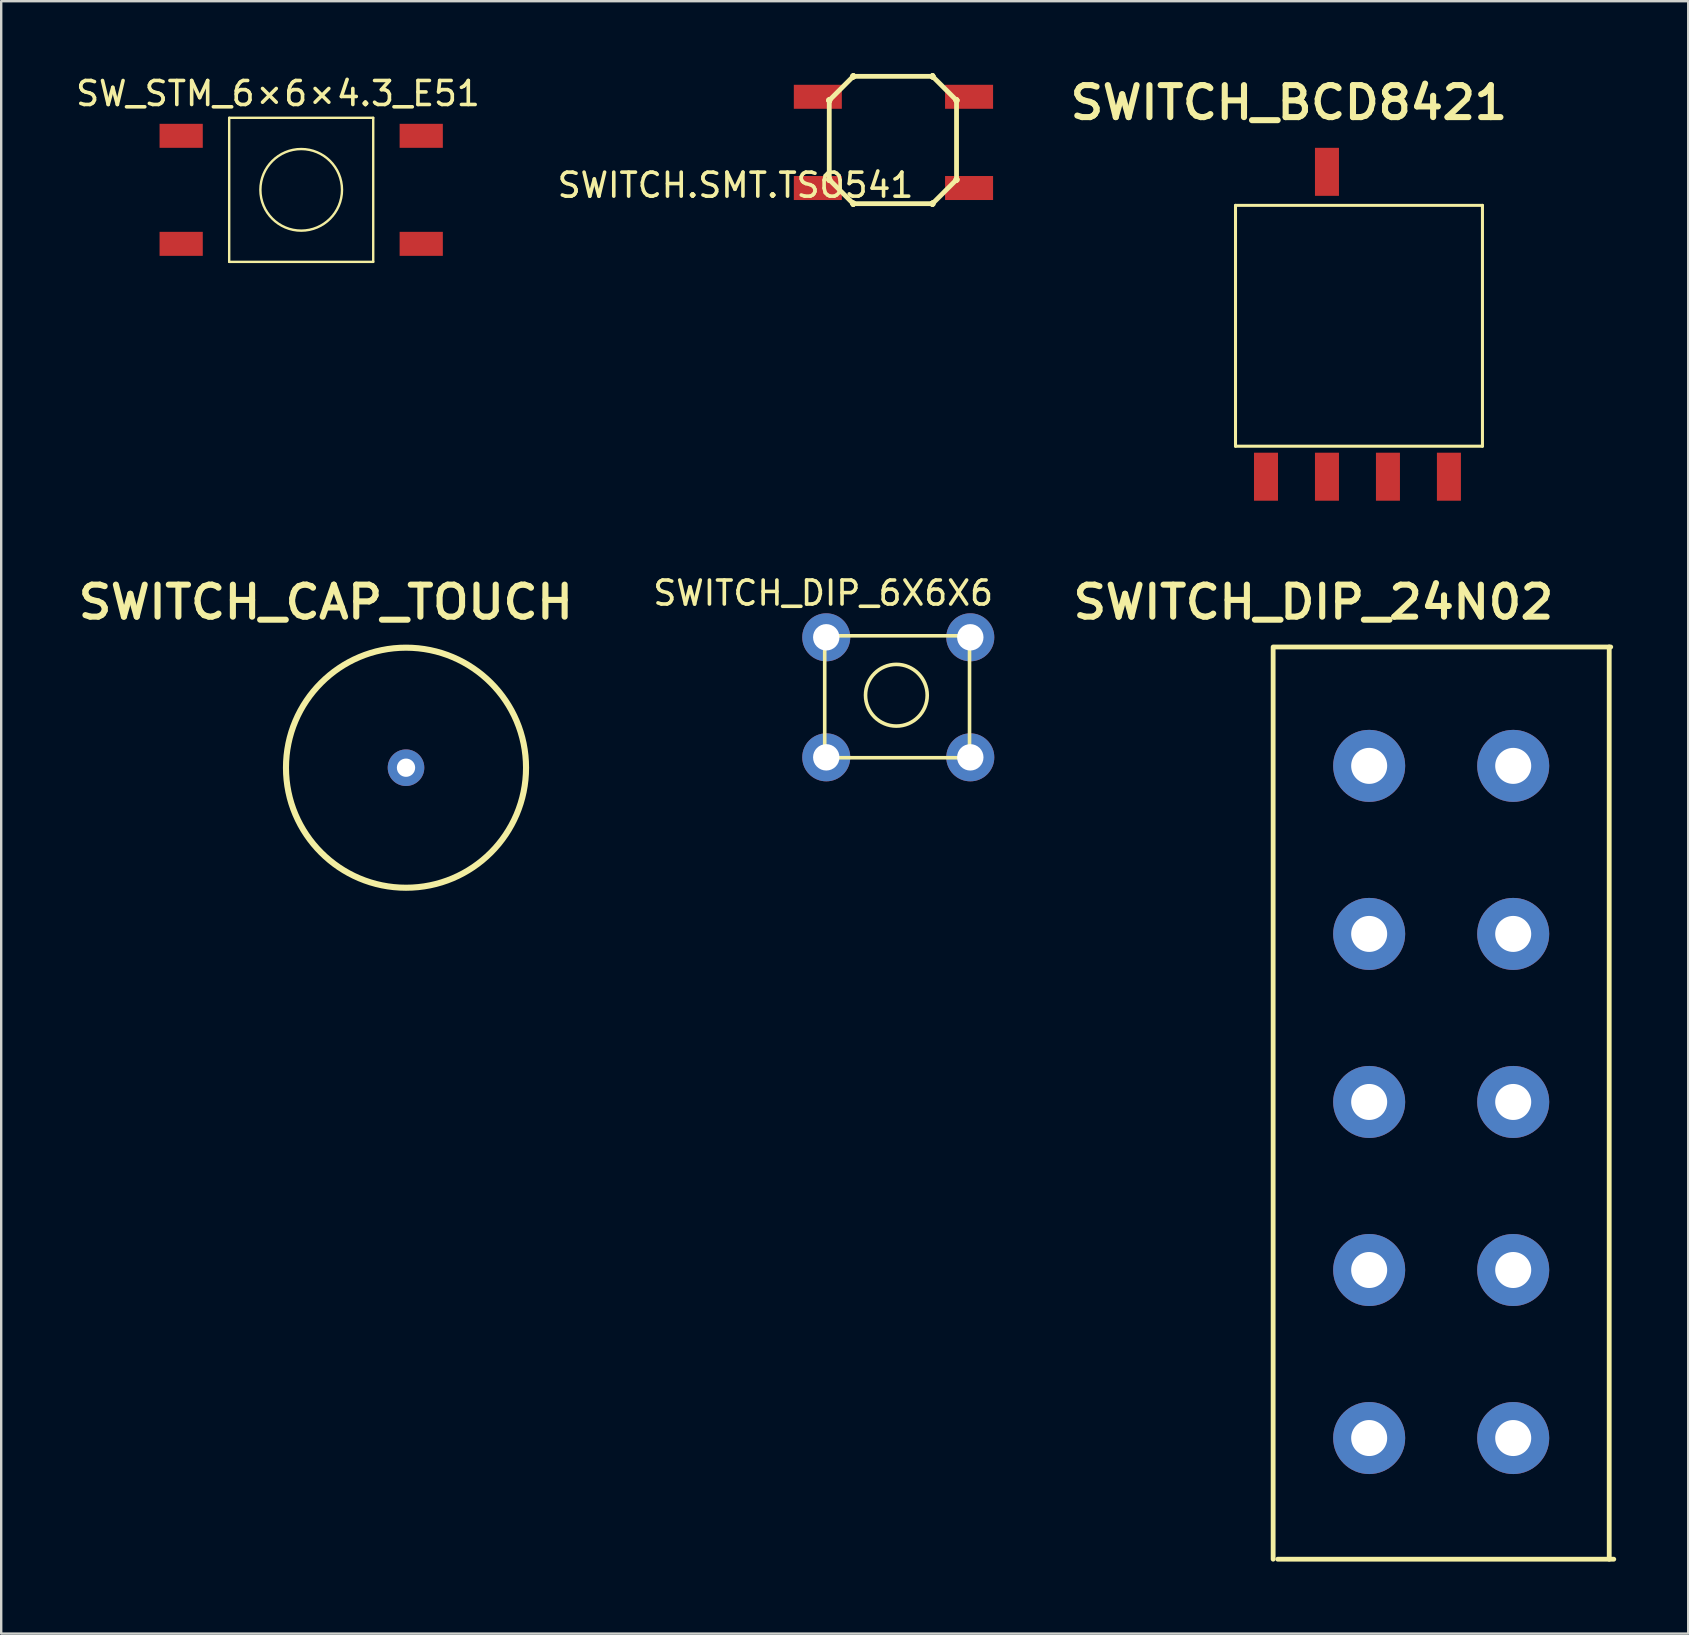
<source format=kicad_pcb>
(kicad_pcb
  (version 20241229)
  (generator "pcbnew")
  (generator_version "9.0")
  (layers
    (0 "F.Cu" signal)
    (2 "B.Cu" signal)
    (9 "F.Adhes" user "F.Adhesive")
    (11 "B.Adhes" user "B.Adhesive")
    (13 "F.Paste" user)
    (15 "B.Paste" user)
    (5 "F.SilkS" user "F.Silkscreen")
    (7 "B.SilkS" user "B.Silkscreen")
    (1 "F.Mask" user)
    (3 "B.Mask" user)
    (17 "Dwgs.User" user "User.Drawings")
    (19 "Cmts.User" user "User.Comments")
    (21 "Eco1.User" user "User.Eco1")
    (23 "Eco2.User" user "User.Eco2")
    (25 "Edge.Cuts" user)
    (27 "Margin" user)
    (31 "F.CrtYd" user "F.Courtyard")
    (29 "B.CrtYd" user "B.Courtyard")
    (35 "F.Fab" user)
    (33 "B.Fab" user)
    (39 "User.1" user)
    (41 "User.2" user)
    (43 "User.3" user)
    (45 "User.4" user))
  (footprint "SWITCH_DIP_24N02"
    (layer "F.Cu")
    (at 56.779 42.748)
    (property "Reference" "SWITCH_DIP_24N02" (at -5.118 -20.714 0) (unlocked yes) (layer "F.SilkS") (effects (font (size 1.333 1.402) (thickness 0.254))))
    (attr smd)
    (fp_line (start -6.794 19.153) (end -6.794 -18.847) (stroke (width 0.2) (type solid)) (layer "F.SilkS"))
    (fp_line (start -6.731 -18.847) (end 7.269 -18.847) (stroke (width 0.2) (type solid)) (layer "F.SilkS"))
    (fp_line (start -6.604 19.153) (end 7.396 19.153) (stroke (width 0.2) (type solid)) (layer "F.SilkS"))
    (fp_line (start 7.206 19.153) (end 7.206 -18.847) (stroke (width 0.2) (type solid)) (layer "F.SilkS"))
    (pad "1" thru_hole circle (at -2.794 -13.894 90) (size 3 3) (drill 1.5) (layers "*.Cu" "*.Mask"))
    (pad "2" thru_hole circle (at 3.206 -13.894 90) (size 3 3) (drill 1.5) (layers "*.Cu" "*.Mask"))
    (pad "3" thru_hole circle (at -2.794 -6.894 90) (size 3 3) (drill 1.5) (layers "*.Cu" "*.Mask"))
    (pad "4" thru_hole circle (at 3.206 -6.894 90) (size 3 3) (drill 1.5) (layers "*.Cu" "*.Mask"))
    (pad "5" thru_hole circle (at -2.794 0.106 90) (size 3 3) (drill 1.5) (layers "*.Cu" "*.Mask"))
    (pad "6" thru_hole circle (at 3.206 0.106 90) (size 3 3) (drill 1.5) (layers "*.Cu" "*.Mask"))
    (pad "7" thru_hole circle (at -2.794 7.106 90) (size 3 3) (drill 1.5) (layers "*.Cu" "*.Mask"))
    (pad "8" thru_hole circle (at 3.206 7.106 90) (size 3 3) (drill 1.5) (layers "*.Cu" "*.Mask"))
    (pad "9" thru_hole circle (at -2.794 14.106 90) (size 3 3) (drill 1.5) (layers "*.Cu" "*.Mask"))
    (pad "10" thru_hole circle (at 3.206 14.106 90) (size 3 3) (drill 1.5) (layers "*.Cu" "*.Mask")))
  (footprint "SWITCH.SMT.TSO541"
    (layer "F.Cu")
    (at 31.018 0.982)
    (property "Reference" "SWITCH.SMT.TSO541" (at -3.429 3.683 0) (layer "F.SilkS") (effects (font (size 1 1) (thickness 0.15))))
    (attr through_hole)
    (fp_line (start 0.476 0.15) (end 1.476 -0.851) (stroke (width 0.2) (type solid)) (layer "F.SilkS"))
    (fp_line (start 0.476 3.451) (end 0.476 0.15) (stroke (width 0.2) (type solid)) (layer "F.SilkS"))
    (fp_line (start 1.476 4.451) (end 0.476 3.451) (stroke (width 0.2) (type solid)) (layer "F.SilkS"))
    (fp_line (start 4.777 -0.851) (end 1.476 -0.851) (stroke (width 0.2) (type solid)) (layer "F.SilkS"))
    (fp_line (start 4.777 4.451) (end 1.476 4.451) (stroke (width 0.2) (type solid)) (layer "F.SilkS"))
    (fp_line (start 4.777 4.451) (end 5.778 3.451) (stroke (width 0.2) (type solid)) (layer "F.SilkS"))
    (fp_line (start 5.778 0.15) (end 4.777 -0.851) (stroke (width 0.2) (type solid)) (layer "F.SilkS"))
    (fp_line (start 5.778 3.451) (end 5.778 0.15) (stroke (width 0.2) (type solid)) (layer "F.SilkS"))
    (fp_arc (start 0.475735 0.117934) (mid 0.507497 0.149696) (end 0.475735 0.181458) (stroke (width 0.2) (type solid)) (layer "F.SilkS"))
    (fp_arc (start 0.475735 0.117934) (mid 0.507497 0.149696) (end 0.475735 0.181458) (stroke (width 0.2) (type solid)) (layer "F.SilkS"))
    (fp_arc (start 0.475735 0.181459) (mid 0.443972 0.149696) (end 0.475735 0.117933) (stroke (width 0.2) (type solid)) (layer "F.SilkS"))
    (fp_arc (start 0.475735 0.181459) (mid 0.443972 0.149696) (end 0.475735 0.117933) (stroke (width 0.2) (type solid)) (layer "F.SilkS"))
    (fp_arc (start 0.475735 3.419233) (mid 0.507498 3.450996) (end 0.475735 3.482759) (stroke (width 0.2) (type solid)) (layer "F.SilkS"))
    (fp_arc (start 0.475735 3.419233) (mid 0.507498 3.450996) (end 0.475735 3.482759) (stroke (width 0.2) (type solid)) (layer "F.SilkS"))
    (fp_arc (start 0.475735 3.482758) (mid 0.443973 3.450996) (end 0.475735 3.419234) (stroke (width 0.2) (type solid)) (layer "F.SilkS"))
    (fp_arc (start 0.475735 3.482758) (mid 0.443973 3.450996) (end 0.475735 3.419234) (stroke (width 0.2) (type solid)) (layer "F.SilkS"))
    (fp_arc (start 1.476129 -0.88246) (mid 1.507891 -0.850698) (end 1.476129 -0.818936) (stroke (width 0.2) (type solid)) (layer "F.SilkS"))
    (fp_arc (start 1.476129 -0.88246) (mid 1.507891 -0.850698) (end 1.476129 -0.818936) (stroke (width 0.2) (type solid)) (layer "F.SilkS"))
    (fp_arc (start 1.476129 -0.818935) (mid 1.444366 -0.850698) (end 1.476129 -0.882461) (stroke (width 0.2) (type solid)) (layer "F.SilkS"))
    (fp_arc (start 1.476129 -0.818935) (mid 1.444366 -0.850698) (end 1.476129 -0.882461) (stroke (width 0.2) (type solid)) (layer "F.SilkS"))
    (fp_arc (start 1.476129 4.419627) (mid 1.507892 4.45139) (end 1.476129 4.483153) (stroke (width 0.2) (type solid)) (layer "F.SilkS"))
    (fp_arc (start 1.476129 4.419627) (mid 1.507892 4.45139) (end 1.476129 4.483153) (stroke (width 0.2) (type solid)) (layer "F.SilkS"))
    (fp_arc (start 1.476129 4.483152) (mid 1.444367 4.45139) (end 1.476129 4.419628) (stroke (width 0.2) (type solid)) (layer "F.SilkS"))
    (fp_arc (start 1.476129 4.483152) (mid 1.444367 4.45139) (end 1.476129 4.419628) (stroke (width 0.2) (type solid)) (layer "F.SilkS"))
    (fp_arc (start 4.777432 -0.88246) (mid 4.809194 -0.850698) (end 4.777432 -0.818936) (stroke (width 0.2) (type solid)) (layer "F.SilkS"))
    (fp_arc (start 4.777432 -0.88246) (mid 4.809194 -0.850698) (end 4.777432 -0.818936) (stroke (width 0.2) (type solid)) (layer "F.SilkS"))
    (fp_arc (start 4.777432 -0.818935) (mid 4.745669 -0.850698) (end 4.777432 -0.882461) (stroke (width 0.2) (type solid)) (layer "F.SilkS"))
    (fp_arc (start 4.777432 -0.818935) (mid 4.745669 -0.850698) (end 4.777432 -0.882461) (stroke (width 0.2) (type solid)) (layer "F.SilkS"))
    (fp_arc (start 4.777432 4.419627) (mid 4.809195 4.45139) (end 4.777432 4.483153) (stroke (width 0.2) (type solid)) (layer "F.SilkS"))
    (fp_arc (start 4.777432 4.419627) (mid 4.809195 4.45139) (end 4.777432 4.483153) (stroke (width 0.2) (type solid)) (layer "F.SilkS"))
    (fp_arc (start 4.777432 4.483152) (mid 4.74567 4.45139) (end 4.777432 4.419628) (stroke (width 0.2) (type solid)) (layer "F.SilkS"))
    (fp_arc (start 4.777432 4.483152) (mid 4.74567 4.45139) (end 4.777432 4.419628) (stroke (width 0.2) (type solid)) (layer "F.SilkS"))
    (fp_arc (start 5.777826 0.117934) (mid 5.809588 0.149696) (end 5.777826 0.181458) (stroke (width 0.2) (type solid)) (layer "F.SilkS"))
    (fp_arc (start 5.777826 0.117934) (mid 5.809588 0.149696) (end 5.777826 0.181458) (stroke (width 0.2) (type solid)) (layer "F.SilkS"))
    (fp_arc (start 5.777826 0.181459) (mid 5.746063 0.149696) (end 5.777826 0.117933) (stroke (width 0.2) (type solid)) (layer "F.SilkS"))
    (fp_arc (start 5.777826 0.181459) (mid 5.746063 0.149696) (end 5.777826 0.117933) (stroke (width 0.2) (type solid)) (layer "F.SilkS"))
    (fp_arc (start 5.777826 3.419233) (mid 5.809589 3.450996) (end 5.777826 3.482759) (stroke (width 0.2) (type solid)) (layer "F.SilkS"))
    (fp_arc (start 5.777826 3.419233) (mid 5.809589 3.450996) (end 5.777826 3.482759) (stroke (width 0.2) (type solid)) (layer "F.SilkS"))
    (fp_arc (start 5.777826 3.482758) (mid 5.746064 3.450996) (end 5.777826 3.419234) (stroke (width 0.2) (type solid)) (layer "F.SilkS"))
    (fp_arc (start 5.777826 3.482758) (mid 5.746064 3.450996) (end 5.777826 3.419234) (stroke (width 0.2) (type solid)) (layer "F.SilkS"))
    (pad "1" smd rect (at 0 0) (size 2 1) (layers "F.Cu" "F.Mask" "F.Paste"))
    (pad "2" smd rect (at 6.3 0) (size 2 1) (layers "F.Cu" "F.Mask" "F.Paste"))
    (pad "3" smd rect (at 6.3 3.8) (size 2 1) (layers "F.Cu" "F.Mask" "F.Paste"))
    (pad "4" smd rect (at 0 3.8) (size 2 1) (layers "F.Cu" "F.Mask" "F.Paste")))
  (footprint "SW_STM_6×6×4.3_E51"
    (layer "F.Cu")
    (at 9.647 5.623)
    (property "Reference" "SW_STM_6×6×4.3_E51" (at -1.118 -4.775 0) (layer "F.SilkS") (effects (font (size 1 1) (thickness 0.15))))
    (attr through_hole)
    (fp_line (start -3.15 -3.765) (end -3.15 2.235) (stroke (width 0.1) (type solid)) (layer "F.SilkS"))
    (fp_line (start -3.15 -3.765) (end 2.85 -3.765) (stroke (width 0.1) (type solid)) (layer "F.SilkS"))
    (fp_line (start -3.15 2.235) (end 2.85 2.235) (stroke (width 0.1) (type solid)) (layer "F.SilkS"))
    (fp_line (start 2.85 2.235) (end 2.85 -3.765) (stroke (width 0.1) (type solid)) (layer "F.SilkS"))
    (fp_circle (center -0.15 -0.765) (end 1.55 -0.765) (stroke (width 0.1) (type solid)) (fill no) (layer "F.SilkS"))
    (pad "1" smd rect (at 4.85 -3.015 90) (size 1 1.8) (layers "F.Cu" "F.Mask" "F.Paste"))
    (pad "2" smd rect (at -5.15 -3.015 90) (size 1 1.8) (layers "F.Cu" "F.Mask" "F.Paste"))
    (pad "3" smd rect (at -5.15 1.485 90) (size 1 1.8) (layers "F.Cu" "F.Mask" "F.Paste"))
    (pad "4" smd rect (at 4.85 1.485 90) (size 1 1.8) (layers "F.Cu" "F.Mask" "F.Paste")))
  (footprint "SWITCH_DIP_6X6X6"
    (layer "F.Cu")
    (at 34.226 25.911)
    (property "Reference" "SWITCH_DIP_6X6X6" (at -2.985 -4.255 0) (layer "F.SilkS") (effects (font (size 1 1) (thickness 0.15))))
    (attr through_hole)
    (fp_line (start -2.921 -2.477) (end -2.921 2.603) (stroke (width 0.15) (type solid)) (layer "F.SilkS"))
    (fp_line (start -2.921 -2.477) (end 3.111 -2.477) (stroke (width 0.15) (type solid)) (layer "F.SilkS"))
    (fp_line (start -2.921 2.603) (end 3.111 2.603) (stroke (width 0.15) (type solid)) (layer "F.SilkS"))
    (fp_line (start 3.111 2.603) (end 3.111 -2.477) (stroke (width 0.15) (type solid)) (layer "F.SilkS"))
    (fp_circle (center 0.064 0) (end 0.762 1.079) (stroke (width 0.15) (type solid)) (fill no) (layer "F.SilkS"))
    (pad "1" thru_hole circle (at -2.857 -2.413) (size 2 2) (drill 1.1) (layers "*.Cu" "*.Mask"))
    (pad "2" thru_hole circle (at 3.143 -2.413) (size 2 2) (drill 1.1) (layers "*.Cu" "*.Mask"))
    (pad "3" thru_hole circle (at -2.857 2.587) (size 2 2) (drill 1.1) (layers "*.Cu" "*.Mask"))
    (pad "4" thru_hole circle (at 3.143 2.587) (size 2 2) (drill 1.1) (layers "*.Cu" "*.Mask")))
  (footprint "SWITCH_CAP_TOUCH"
    (layer "F.Cu")
    (at 13.863 28.93)
    (property "Reference" "SWITCH_CAP_TOUCH" (at -3.34 -6.896 0) (unlocked yes) (layer "F.SilkS") (effects (font (size 1.333 1.402) (thickness 0.254))))
    (attr smd)
    (fp_circle (center 0 0) (end 5 0) (stroke (width 0.254) (type solid)) (fill no) (layer "F.SilkS"))
    (pad "1" thru_hole circle (at 0 0) (size 1.524 1.524) (drill 0.762) (layers "*.Cu" "*.Mask")))
  (footprint "SWITCH_BCD8421"
    (layer "F.Cu")
    (at 49.687 16.808)
    (property "Reference" "SWITCH_BCD8421" (at 0.953 -15.583 0) (unlocked yes) (layer "F.SilkS") (effects (font (size 1.333 1.402) (thickness 0.254))))
    (attr smd)
    (fp_line (start -1.27 -11.303) (end 9.017 -11.303) (stroke (width 0.127) (type solid)) (layer "F.SilkS"))
    (fp_line (start -1.27 -1.27) (end -1.27 -11.303) (stroke (width 0.127) (type solid)) (layer "F.SilkS"))
    (fp_line (start -1.27 -1.27) (end 9.017 -1.27) (stroke (width 0.127) (type solid)) (layer "F.SilkS"))
    (fp_line (start 9.017 -1.27) (end 9.017 -11.303) (stroke (width 0.127) (type solid)) (layer "F.SilkS"))
    (pad "1" smd rect (at 0 0 90) (size 2 1) (layers "F.Cu" "F.Mask" "F.Paste"))
    (pad "2" smd rect (at 2.54 0 90) (size 2 1) (layers "F.Cu" "F.Mask" "F.Paste"))
    (pad "3" smd rect (at 5.08 0 90) (size 2 1) (layers "F.Cu" "F.Mask" "F.Paste"))
    (pad "4" smd rect (at 7.62 0 90) (size 2 1) (layers "F.Cu" "F.Mask" "F.Paste"))
    (pad "5" smd rect (at 2.54 -12.7 90) (size 2 1) (layers "F.Cu" "F.Mask" "F.Paste")))
  (gr_rect
    (start -3 -3)
    (end 67.275 65.001)
    (stroke (width 0.1) (type default))
    (fill no)
    (layer "Edge.Cuts")))
</source>
